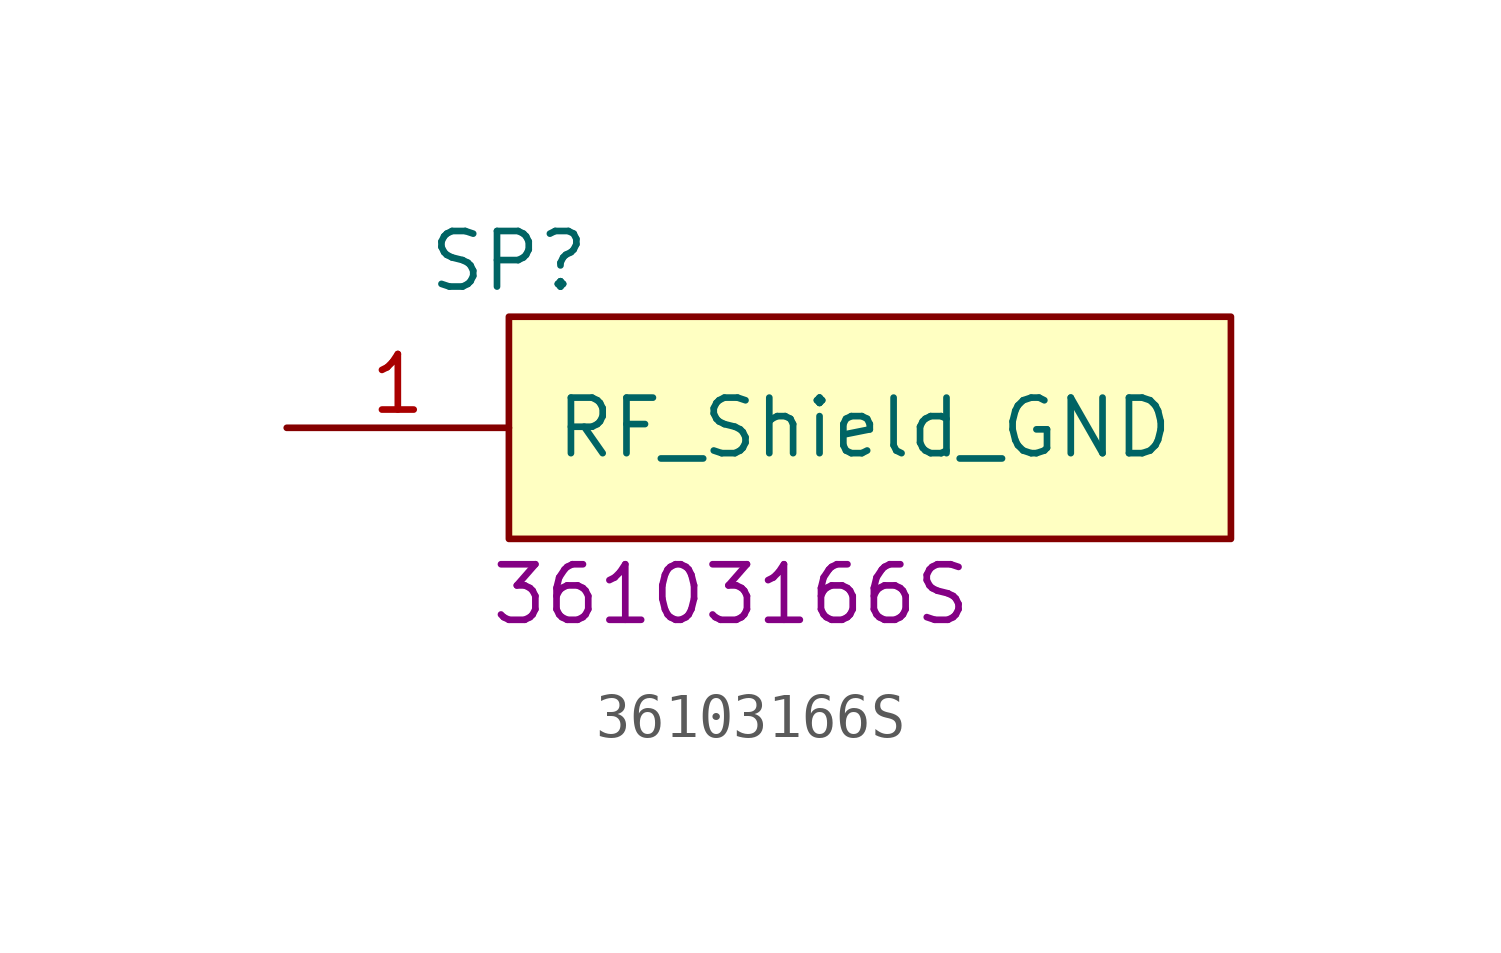
<source format=kicad_sym>
(kicad_symbol_lib
  (version 20241209)
  (generator "kicad_symbol_editor")
  (generator_version "9.0")
  (symbol "36103166S"
    (pin_names
      (offset 1.016))
    (property "Reference" "SP"
      (at 0 1.27 0)
      (effects (font (size 1.27 1.27))))
    (property "_Value_" "36103166S"
      (at 5.08 -6.35 0)
      (effects (font (size 1.27 1.27))))
    (symbol "36103166S_0_1"
      (rectangle (start 0 0) (end 16.51 -5.08) (stroke (width 0) (type solid)) (fill (type background))))
    (symbol "36103166S_1_1"
      (pin input line (at -5.08 -2.54 0) (length 5.08) (name "RF_Shield_GND" (effects (font (size 1.27 1.27)))) (number "1" (effects (font (size 1.27 1.27))))))))
</source>
